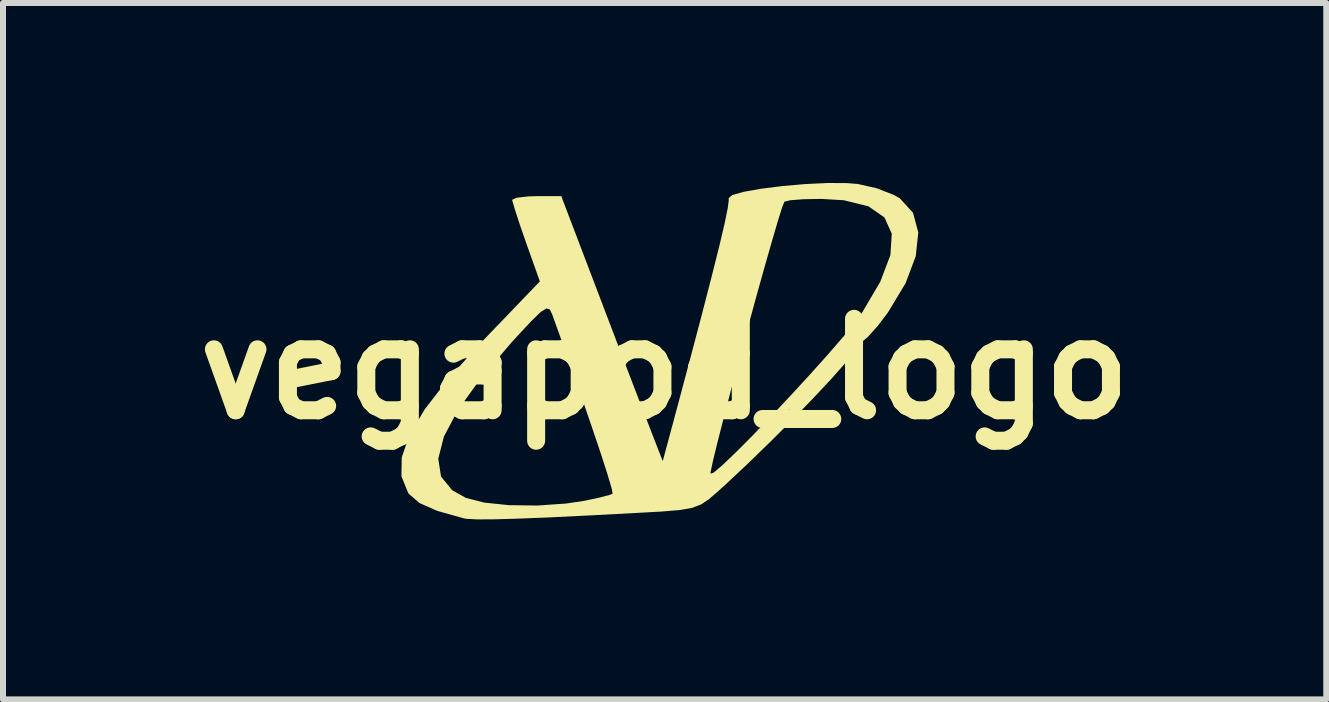
<source format=kicad_pcb>
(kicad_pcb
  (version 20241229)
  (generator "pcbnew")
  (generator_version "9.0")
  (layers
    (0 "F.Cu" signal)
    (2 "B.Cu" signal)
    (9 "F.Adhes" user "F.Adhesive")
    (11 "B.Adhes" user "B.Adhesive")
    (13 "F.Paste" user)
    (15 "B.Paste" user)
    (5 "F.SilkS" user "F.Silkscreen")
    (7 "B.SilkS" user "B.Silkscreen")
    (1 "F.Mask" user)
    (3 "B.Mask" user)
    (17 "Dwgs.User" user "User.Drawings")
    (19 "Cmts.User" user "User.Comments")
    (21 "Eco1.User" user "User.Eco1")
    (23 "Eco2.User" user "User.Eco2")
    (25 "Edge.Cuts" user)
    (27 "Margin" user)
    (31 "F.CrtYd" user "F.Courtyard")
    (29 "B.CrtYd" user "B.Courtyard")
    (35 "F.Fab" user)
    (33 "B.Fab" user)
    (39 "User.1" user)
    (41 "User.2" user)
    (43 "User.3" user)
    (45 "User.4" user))
  (footprint "vegapod_logo"
    (layer "F.Cu")
    (at 8.026 3.098)
    (property "Reference" "vegapod_logo" (at 0 0 0) (layer "F.SilkS") (effects (font (size 1.524 1.524) (thickness 0.3))))
    (attr board_only exclude_from_pos_files exclude_from_bom)
    (fp_poly (pts (xy 3.033 -3.097) (xy 3.218 -3.082) (xy 3.534 -3.011) (xy 3.826 -2.897) (xy 3.92 -2.843) (xy 4.14 -2.602) (xy 4.228 -2.275) (xy 4.186 -1.879) (xy 4.017 -1.43) (xy 3.724 -0.943) (xy 3.555 -0.72) (xy 3.386 -0.531) (xy 3.25 -0.419) (xy 3.202 -0.404) (xy 3.16 -0.374) (xy 3.176 -0.337) (xy 3.135 -0.254) (xy 2.992 -0.074) (xy 2.764 0.182) (xy 2.472 0.494) (xy 2.135 0.842) (xy 1.772 1.205) (xy 1.404 1.563) (xy 1.049 1.896) (xy 0.889 2.042) (xy 0.738 2.172) (xy 0.607 2.26) (xy 0.455 2.317) (xy 0.245 2.353) (xy -0.063 2.378) (xy -0.424 2.398) (xy -1.252 2.442) (xy -1.923 2.475) (xy -2.451 2.496) (xy -2.847 2.507) (xy -3.124 2.508) (xy -3.295 2.499) (xy -3.344 2.491) (xy -3.787 2.367) (xy -4.084 2.236) (xy -4.259 2.086) (xy -4.275 2.064) (xy -4.386 1.789) (xy -4.381 1.497) (xy -3.772 1.497) (xy -3.726 1.794) (xy -3.54 2.022) (xy -3.312 2.15) (xy -3.008 2.228) (xy -2.593 2.271) (xy -2.12 2.277) (xy -1.644 2.244) (xy -1.352 2.201) (xy -1.095 2.147) (xy -0.916 2.1) (xy -0.866 2.079) (xy -0.882 1.992) (xy -0.949 1.766) (xy -0.955 1.746) (xy 0.765 1.746) (xy 0.82 1.727) (xy 0.967 1.601) (xy 1.188 1.39) (xy 1.464 1.113) (xy 1.775 0.79) (xy 1.841 0.72) (xy 2.032 0.72) (xy 2.074 0.762) (xy 2.117 0.72) (xy 2.074 0.677) (xy 2.032 0.72) (xy 1.841 0.72) (xy 2.102 0.442) (xy 2.426 0.09) (xy 2.727 -0.246) (xy 2.987 -0.546) (xy 3.185 -0.79) (xy 3.281 -0.921) (xy 3.594 -1.452) (xy 3.763 -1.896) (xy 3.786 -2.253) (xy 3.665 -2.523) (xy 3.398 -2.709) (xy 2.986 -2.811) (xy 2.611 -2.833) (xy 2.317 -2.828) (xy 2.096 -2.811) (xy 1.997 -2.787) (xy 1.959 -2.692) (xy 1.886 -2.459) (xy 1.785 -2.114) (xy 1.662 -1.683) (xy 1.525 -1.193) (xy 1.382 -0.67) (xy 1.238 -0.139) (xy 1.101 0.373) (xy 0.979 0.841) (xy 0.878 1.238) (xy 0.805 1.537) (xy 0.768 1.714) (xy 0.765 1.746) (xy -0.955 1.746) (xy -1.059 1.423) (xy -1.207 0.984) (xy -1.383 0.471) (xy -1.582 -0.096) (xy -1.797 -0.696) (xy -1.875 -0.913) (xy -1.914 -0.991) (xy -1.969 -1.008) (xy -2.064 -0.949) (xy -2.22 -0.798) (xy -2.461 -0.54) (xy -2.542 -0.451) (xy -3.064 0.158) (xy -3.443 0.683) (xy -3.678 1.128) (xy -3.772 1.497) (xy -4.381 1.497) (xy -4.38 1.471) (xy -4.252 1.102) (xy -3.996 0.671) (xy -3.608 0.169) (xy -3.083 -0.413) (xy -3.008 -0.491) (xy -2.079 -1.458) (xy -2.31 -2.108) (xy -2.417 -2.417) (xy -2.497 -2.663) (xy -2.538 -2.804) (xy -2.54 -2.819) (xy -2.464 -2.853) (xy -2.27 -2.875) (xy -2.131 -2.879) (xy -1.722 -2.879) (xy -1.101 -1.249) (xy -0.897 -0.712) (xy -0.697 -0.188) (xy -0.515 0.287) (xy -0.365 0.677) (xy -0.26 0.947) (xy -0.256 0.959) (xy -0.031 1.537) (xy 0.159 0.832) (xy 0.412 -0.115) (xy 0.621 -0.906) (xy 0.787 -1.551) (xy 0.914 -2.057) (xy 1.002 -2.431) (xy 1.053 -2.682) (xy 1.07 -2.818) (xy 1.067 -2.843) (xy 1.126 -2.897) (xy 1.318 -2.951) (xy 1.609 -3.003) (xy 1.961 -3.047) (xy 2.339 -3.08) (xy 2.709 -3.098)) (stroke (width 0) (type solid)) (fill yes) (layer "F.SilkS")))
  (gr_rect
    (start -3 -3)
    (end 19.053 8.606)
    (stroke (width 0.1) (type default))
    (fill no)
    (layer "Edge.Cuts")))
</source>
